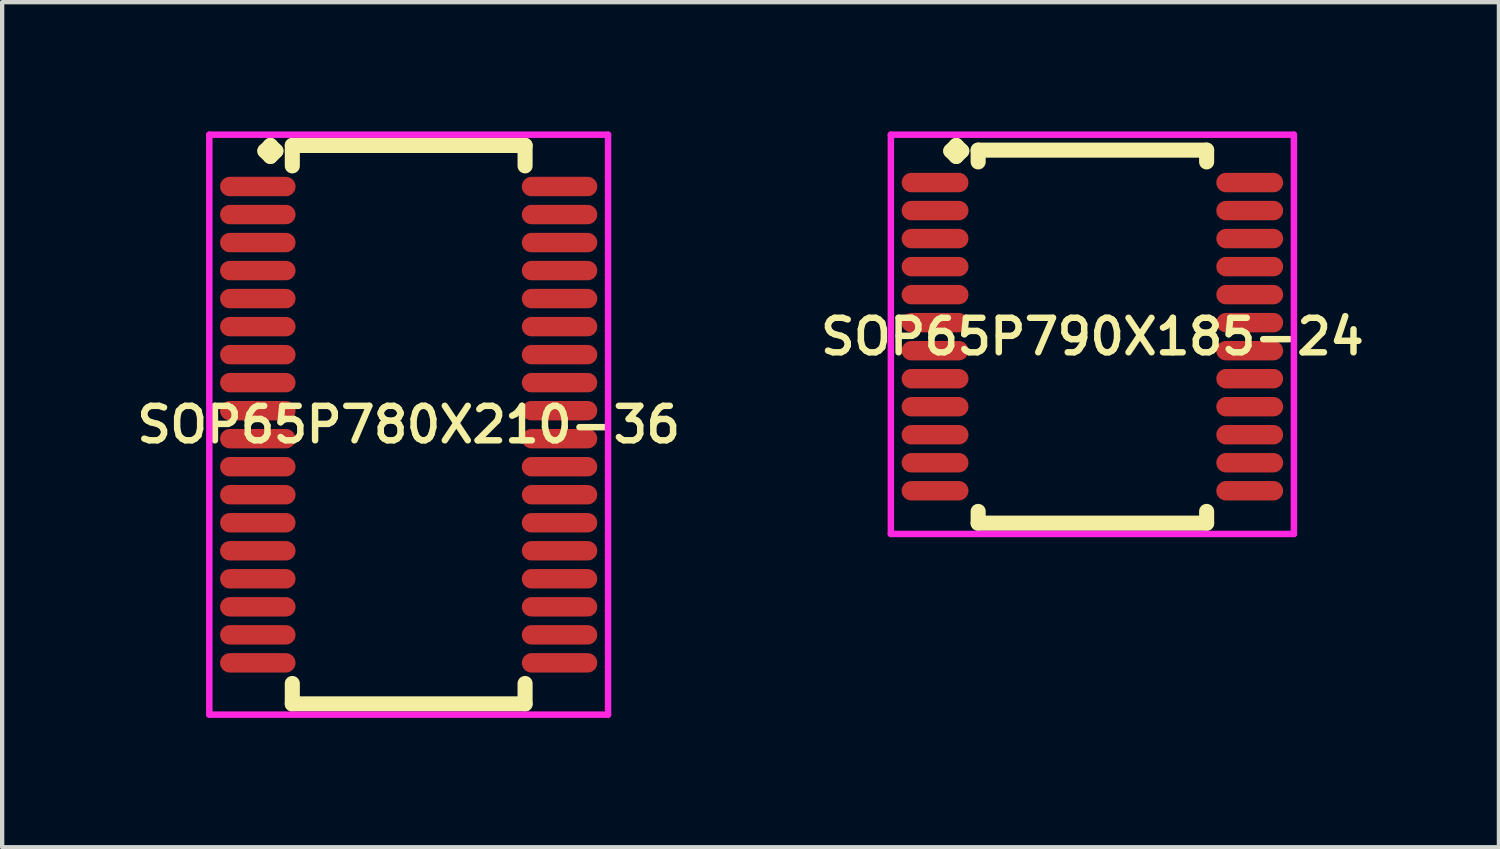
<source format=kicad_pcb>
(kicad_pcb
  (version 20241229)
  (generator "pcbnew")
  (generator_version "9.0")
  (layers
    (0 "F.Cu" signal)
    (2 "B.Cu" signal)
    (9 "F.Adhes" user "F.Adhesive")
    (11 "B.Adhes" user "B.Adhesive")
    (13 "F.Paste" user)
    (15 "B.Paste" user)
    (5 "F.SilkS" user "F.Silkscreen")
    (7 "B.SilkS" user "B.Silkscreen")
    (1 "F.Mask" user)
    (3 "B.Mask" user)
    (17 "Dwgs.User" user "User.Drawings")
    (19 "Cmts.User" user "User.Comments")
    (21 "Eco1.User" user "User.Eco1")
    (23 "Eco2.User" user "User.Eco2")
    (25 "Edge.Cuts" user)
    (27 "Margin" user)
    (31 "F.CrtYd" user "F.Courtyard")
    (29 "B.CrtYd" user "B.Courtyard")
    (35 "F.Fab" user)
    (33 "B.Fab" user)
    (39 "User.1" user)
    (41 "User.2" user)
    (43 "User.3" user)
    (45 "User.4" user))
  (footprint "SOP65P780X210-36"
    (layer "F.Cu")
    (at 6.431 6.802)
    (property "Reference" "SOP65P780X210-36" (at 0 0 0) (layer "F.SilkS") (effects (font (size 0.8 0.8) (thickness 0.15))))
    (attr smd)
    (fp_line (start -3.335 -6.35) (end -3.208 -6.477) (stroke (width 0.35) (type solid)) (layer "F.SilkS"))
    (fp_line (start -3.208 -6.477) (end -3.081 -6.35) (stroke (width 0.35) (type solid)) (layer "F.SilkS"))
    (fp_line (start -3.208 -6.223) (end -3.335 -6.35) (stroke (width 0.35) (type solid)) (layer "F.SilkS"))
    (fp_line (start -3.081 -6.35) (end -3.208 -6.223) (stroke (width 0.35) (type solid)) (layer "F.SilkS"))
    (fp_line (start -2.7 -6.477) (end 2.7 -6.477) (stroke (width 0.35) (type solid)) (layer "F.SilkS"))
    (fp_line (start -2.7 -6.004) (end -2.7 -6.477) (stroke (width 0.35) (type solid)) (layer "F.SilkS"))
    (fp_line (start -2.7 6.004) (end -2.7 6.477) (stroke (width 0.35) (type solid)) (layer "F.SilkS"))
    (fp_line (start -2.7 6.477) (end 2.7 6.477) (stroke (width 0.35) (type solid)) (layer "F.SilkS"))
    (fp_line (start 2.7 -6.477) (end 2.7 -6.004) (stroke (width 0.35) (type solid)) (layer "F.SilkS"))
    (fp_line (start 2.7 6.477) (end 2.7 6.004) (stroke (width 0.35) (type solid)) (layer "F.SilkS"))
    (fp_line (start -4.625 -6.727) (end 4.625 -6.727) (stroke (width 0.15) (type solid)) (layer "F.CrtYd"))
    (fp_line (start -4.625 6.727) (end -4.625 -6.727) (stroke (width 0.15) (type solid)) (layer "F.CrtYd"))
    (fp_line (start 4.625 -6.727) (end 4.625 6.727) (stroke (width 0.15) (type solid)) (layer "F.CrtYd"))
    (fp_line (start 4.625 6.727) (end -4.625 6.727) (stroke (width 0.15) (type solid)) (layer "F.CrtYd"))
    (pad "1" smd oval (at -3.5 -5.525) (size 1.75 0.45) (layers "F.Cu" "F.Mask" "F.Paste"))
    (pad "2" smd oval (at -3.5 -4.875) (size 1.75 0.45) (layers "F.Cu" "F.Mask" "F.Paste"))
    (pad "3" smd oval (at -3.5 -4.225) (size 1.75 0.45) (layers "F.Cu" "F.Mask" "F.Paste"))
    (pad "4" smd oval (at -3.5 -3.575) (size 1.75 0.45) (layers "F.Cu" "F.Mask" "F.Paste"))
    (pad "5" smd oval (at -3.5 -2.925) (size 1.75 0.45) (layers "F.Cu" "F.Mask" "F.Paste"))
    (pad "6" smd oval (at -3.5 -2.275) (size 1.75 0.45) (layers "F.Cu" "F.Mask" "F.Paste"))
    (pad "7" smd oval (at -3.5 -1.625) (size 1.75 0.45) (layers "F.Cu" "F.Mask" "F.Paste"))
    (pad "8" smd oval (at -3.5 -0.975) (size 1.75 0.45) (layers "F.Cu" "F.Mask" "F.Paste"))
    (pad "9" smd oval (at -3.5 -0.325) (size 1.75 0.45) (layers "F.Cu" "F.Mask" "F.Paste"))
    (pad "10" smd oval (at -3.5 0.325) (size 1.75 0.45) (layers "F.Cu" "F.Mask" "F.Paste"))
    (pad "11" smd oval (at -3.5 0.975) (size 1.75 0.45) (layers "F.Cu" "F.Mask" "F.Paste"))
    (pad "12" smd oval (at -3.5 1.625) (size 1.75 0.45) (layers "F.Cu" "F.Mask" "F.Paste"))
    (pad "13" smd oval (at -3.5 2.275) (size 1.75 0.45) (layers "F.Cu" "F.Mask" "F.Paste"))
    (pad "14" smd oval (at -3.5 2.925) (size 1.75 0.45) (layers "F.Cu" "F.Mask" "F.Paste"))
    (pad "15" smd oval (at -3.5 3.575) (size 1.75 0.45) (layers "F.Cu" "F.Mask" "F.Paste"))
    (pad "16" smd oval (at -3.5 4.225) (size 1.75 0.45) (layers "F.Cu" "F.Mask" "F.Paste"))
    (pad "17" smd oval (at -3.5 4.875) (size 1.75 0.45) (layers "F.Cu" "F.Mask" "F.Paste"))
    (pad "18" smd oval (at -3.5 5.525) (size 1.75 0.45) (layers "F.Cu" "F.Mask" "F.Paste"))
    (pad "19" smd oval (at 3.5 5.525) (size 1.75 0.45) (layers "F.Cu" "F.Mask" "F.Paste"))
    (pad "20" smd oval (at 3.5 4.875) (size 1.75 0.45) (layers "F.Cu" "F.Mask" "F.Paste"))
    (pad "21" smd oval (at 3.5 4.225) (size 1.75 0.45) (layers "F.Cu" "F.Mask" "F.Paste"))
    (pad "22" smd oval (at 3.5 3.575) (size 1.75 0.45) (layers "F.Cu" "F.Mask" "F.Paste"))
    (pad "23" smd oval (at 3.5 2.925) (size 1.75 0.45) (layers "F.Cu" "F.Mask" "F.Paste"))
    (pad "24" smd oval (at 3.5 2.275) (size 1.75 0.45) (layers "F.Cu" "F.Mask" "F.Paste"))
    (pad "25" smd oval (at 3.5 1.625) (size 1.75 0.45) (layers "F.Cu" "F.Mask" "F.Paste"))
    (pad "26" smd oval (at 3.5 0.975) (size 1.75 0.45) (layers "F.Cu" "F.Mask" "F.Paste"))
    (pad "27" smd oval (at 3.5 0.325) (size 1.75 0.45) (layers "F.Cu" "F.Mask" "F.Paste"))
    (pad "28" smd oval (at 3.5 -0.325) (size 1.75 0.45) (layers "F.Cu" "F.Mask" "F.Paste"))
    (pad "29" smd oval (at 3.5 -0.975) (size 1.75 0.45) (layers "F.Cu" "F.Mask" "F.Paste"))
    (pad "30" smd oval (at 3.5 -1.625) (size 1.75 0.45) (layers "F.Cu" "F.Mask" "F.Paste"))
    (pad "31" smd oval (at 3.5 -2.275) (size 1.75 0.45) (layers "F.Cu" "F.Mask" "F.Paste"))
    (pad "32" smd oval (at 3.5 -2.925) (size 1.75 0.45) (layers "F.Cu" "F.Mask" "F.Paste"))
    (pad "33" smd oval (at 3.5 -3.575) (size 1.75 0.45) (layers "F.Cu" "F.Mask" "F.Paste"))
    (pad "34" smd oval (at 3.5 -4.225) (size 1.75 0.45) (layers "F.Cu" "F.Mask" "F.Paste"))
    (pad "35" smd oval (at 3.5 -4.875) (size 1.75 0.45) (layers "F.Cu" "F.Mask" "F.Paste"))
    (pad "36" smd oval (at 3.5 -5.525) (size 1.75 0.45) (layers "F.Cu" "F.Mask" "F.Paste")))
  (footprint "SOP65P790X185-24"
    (layer "F.Cu")
    (at 22.292 4.76)
    (property "Reference" "SOP65P790X185-24" (at 0 0 0) (layer "F.SilkS") (effects (font (size 0.8 0.8) (thickness 0.15))))
    (attr through_hole)
    (fp_line (start -3.285 -4.308) (end -3.158 -4.435) (stroke (width 0.35) (type solid)) (layer "F.SilkS"))
    (fp_line (start -3.158 -4.435) (end -3.031 -4.308) (stroke (width 0.35) (type solid)) (layer "F.SilkS"))
    (fp_line (start -3.158 -4.181) (end -3.285 -4.308) (stroke (width 0.35) (type solid)) (layer "F.SilkS"))
    (fp_line (start -3.031 -4.308) (end -3.158 -4.181) (stroke (width 0.35) (type solid)) (layer "F.SilkS"))
    (fp_line (start -2.65 -4.327) (end 2.65 -4.327) (stroke (width 0.35) (type solid)) (layer "F.SilkS"))
    (fp_line (start -2.65 -4.054) (end -2.65 -4.327) (stroke (width 0.35) (type solid)) (layer "F.SilkS"))
    (fp_line (start -2.65 4.054) (end -2.65 4.327) (stroke (width 0.35) (type solid)) (layer "F.SilkS"))
    (fp_line (start -2.65 4.327) (end 2.65 4.327) (stroke (width 0.35) (type solid)) (layer "F.SilkS"))
    (fp_line (start 2.65 -4.327) (end 2.65 -4.054) (stroke (width 0.35) (type solid)) (layer "F.SilkS"))
    (fp_line (start 2.65 4.327) (end 2.65 4.054) (stroke (width 0.35) (type solid)) (layer "F.SilkS"))
    (fp_line (start -4.675 -4.685) (end 4.675 -4.685) (stroke (width 0.15) (type solid)) (layer "F.CrtYd"))
    (fp_line (start -4.675 4.577) (end -4.675 -4.685) (stroke (width 0.15) (type solid)) (layer "F.CrtYd"))
    (fp_line (start 4.675 -4.685) (end 4.675 4.577) (stroke (width 0.15) (type solid)) (layer "F.CrtYd"))
    (fp_line (start 4.675 4.577) (end -4.675 4.577) (stroke (width 0.15) (type solid)) (layer "F.CrtYd"))
    (pad "1" smd oval (at -3.65 -3.575) (size 1.55 0.45) (layers "F.Cu" "F.Mask" "F.Paste"))
    (pad "2" smd oval (at -3.65 -2.925) (size 1.55 0.45) (layers "F.Cu" "F.Mask" "F.Paste"))
    (pad "3" smd oval (at -3.65 -2.275) (size 1.55 0.45) (layers "F.Cu" "F.Mask" "F.Paste"))
    (pad "4" smd oval (at -3.65 -1.625) (size 1.55 0.45) (layers "F.Cu" "F.Mask" "F.Paste"))
    (pad "5" smd oval (at -3.65 -0.975) (size 1.55 0.45) (layers "F.Cu" "F.Mask" "F.Paste"))
    (pad "6" smd oval (at -3.65 -0.325) (size 1.55 0.45) (layers "F.Cu" "F.Mask" "F.Paste"))
    (pad "7" smd oval (at -3.65 0.325) (size 1.55 0.45) (layers "F.Cu" "F.Mask" "F.Paste"))
    (pad "8" smd oval (at -3.65 0.975) (size 1.55 0.45) (layers "F.Cu" "F.Mask" "F.Paste"))
    (pad "9" smd oval (at -3.65 1.625) (size 1.55 0.45) (layers "F.Cu" "F.Mask" "F.Paste"))
    (pad "10" smd oval (at -3.65 2.275) (size 1.55 0.45) (layers "F.Cu" "F.Mask" "F.Paste"))
    (pad "11" smd oval (at -3.65 2.925) (size 1.55 0.45) (layers "F.Cu" "F.Mask" "F.Paste"))
    (pad "12" smd oval (at -3.65 3.575) (size 1.55 0.45) (layers "F.Cu" "F.Mask" "F.Paste"))
    (pad "13" smd oval (at 3.65 3.575) (size 1.55 0.45) (layers "F.Cu" "F.Mask" "F.Paste"))
    (pad "14" smd oval (at 3.65 2.925) (size 1.55 0.45) (layers "F.Cu" "F.Mask" "F.Paste"))
    (pad "15" smd oval (at 3.65 2.275) (size 1.55 0.45) (layers "F.Cu" "F.Mask" "F.Paste"))
    (pad "16" smd oval (at 3.65 1.625) (size 1.55 0.45) (layers "F.Cu" "F.Mask" "F.Paste"))
    (pad "17" smd oval (at 3.65 0.975) (size 1.55 0.45) (layers "F.Cu" "F.Mask" "F.Paste"))
    (pad "18" smd oval (at 3.65 0.325) (size 1.55 0.45) (layers "F.Cu" "F.Mask" "F.Paste"))
    (pad "19" smd oval (at 3.65 -0.325) (size 1.55 0.45) (layers "F.Cu" "F.Mask" "F.Paste"))
    (pad "20" smd oval (at 3.65 -0.975) (size 1.55 0.45) (layers "F.Cu" "F.Mask" "F.Paste"))
    (pad "21" smd oval (at 3.65 -1.625) (size 1.55 0.45) (layers "F.Cu" "F.Mask" "F.Paste"))
    (pad "22" smd oval (at 3.65 -2.275) (size 1.55 0.45) (layers "F.Cu" "F.Mask" "F.Paste"))
    (pad "23" smd oval (at 3.65 -2.925) (size 1.55 0.45) (layers "F.Cu" "F.Mask" "F.Paste"))
    (pad "24" smd oval (at 3.65 -3.575) (size 1.55 0.45) (layers "F.Cu" "F.Mask" "F.Paste")))
  (gr_rect
    (start -3 -3)
    (end 31.723 16.604)
    (stroke (width 0.1) (type default))
    (fill no)
    (layer "Edge.Cuts")))
</source>
